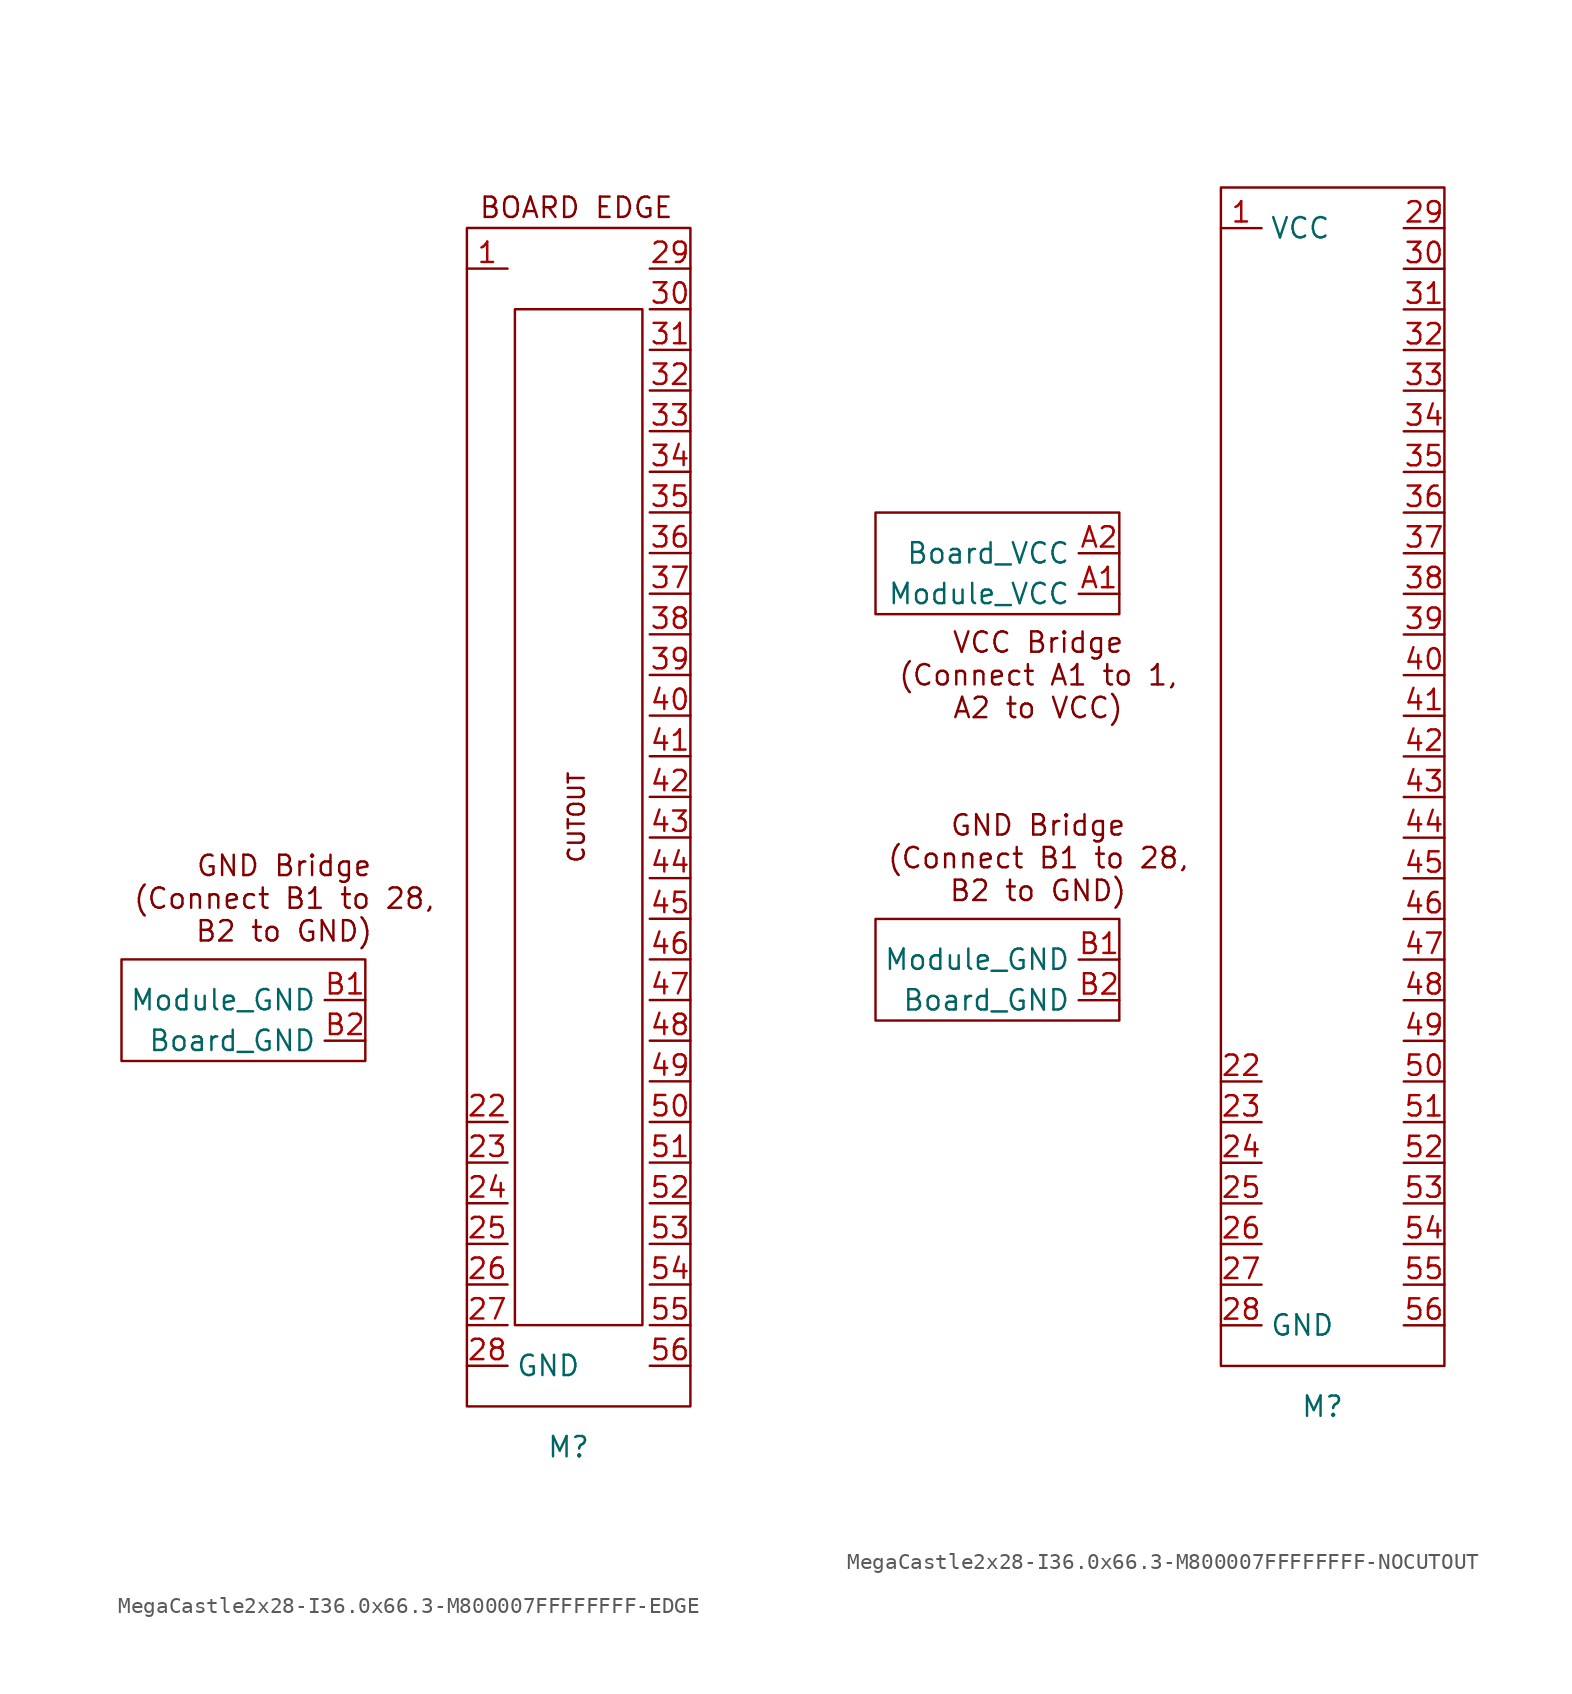
<source format=kicad_sym>
(kicad_symbol_lib
  (version 20241209)
  (generator "kicad_symbol_editor")
  (generator_version "9.0")
  (symbol "MegaCastle2x28-I36.0x66.3-M800007FFFFFFFF-EDGE"
    (property "Reference" "M"
      (at 0 -39.37 0)
      (effects (font (size 1.27 1.27))))
    (property "Value" ""
      (at 0 5.08 0)
      (effects (font (size 1.27 1.27))))
    (symbol "MegaCastle2x28-I36.0x66.3-M800007FFFFFFFF-EDGE_0_1"
      (rectangle (start -27.94 -8.89) (end -12.7 -15.24) (stroke (width 0) (type default)) (fill (type none)))
      (rectangle (start -6.35 36.83) (end 7.62 -36.83) (stroke (width 0) (type default)) (fill (type none)))
      (rectangle (start -3.35 31.75) (end 4.62 -31.75) (stroke (width 0) (type default)) (fill (type none))))
    (symbol "MegaCastle2x28-I36.0x66.3-M800007FFFFFFFF-EDGE_1_1"
      (text "GND Bridge\n(Connect B1 to 28,\nB2 to GND)" (at -17.78 -5.08 0) (effects (font (size 1.27 1.27))))
      (text " BOARD EDGE" (at 0 38.1 0) (effects (font (size 1.27 1.27))))
      (text "CUTOUT" (at 0.5 0 900) (effects (font (size 1 1))))
      (pin bidirectional line (at -12.7 -11.43 180) (length 2.54) (name "Module_GND" (effects (font (size 1.27 1.27)))) (number "B1" (effects (font (size 1.27 1.27)))))
      (pin bidirectional line (at -12.7 -13.97 180) (length 2.54) (name "Board_GND" (effects (font (size 1.27 1.27)))) (number "B2" (effects (font (size 1.27 1.27)))))
      (pin bidirectional line (at -6.35 34.29 0) (length 2.54) (name "" (effects (font (size 1.27 1.27)))) (number "1" (effects (font (size 1.27 1.27)))))
      (pin bidirectional line (at -6.35 -19.05 0) (length 2.54) (name "" (effects (font (size 1.27 1.27)))) (number "22" (effects (font (size 1.27 1.27)))))
      (pin bidirectional line (at -6.35 -21.59 0) (length 2.54) (name "" (effects (font (size 1.27 1.27)))) (number "23" (effects (font (size 1.27 1.27)))))
      (pin bidirectional line (at -6.35 -24.13 0) (length 2.54) (name "" (effects (font (size 1.27 1.27)))) (number "24" (effects (font (size 1.27 1.27)))))
      (pin bidirectional line (at -6.35 -26.67 0) (length 2.54) (name "" (effects (font (size 1.27 1.27)))) (number "25" (effects (font (size 1.27 1.27)))))
      (pin bidirectional line (at -6.35 -29.21 0) (length 2.54) (name "" (effects (font (size 1.27 1.27)))) (number "26" (effects (font (size 1.27 1.27)))))
      (pin bidirectional line (at -6.35 -31.75 0) (length 2.54) (name "" (effects (font (size 1.27 1.27)))) (number "27" (effects (font (size 1.27 1.27)))))
      (pin bidirectional line (at -6.35 -34.29 0) (length 2.54) (name "GND" (effects (font (size 1.27 1.27)))) (number "28" (effects (font (size 1.27 1.27)))))
      (pin bidirectional line (at 7.62 34.29 180) (length 2.54) (name "" (effects (font (size 1.27 1.27)))) (number "29" (effects (font (size 1.27 1.27)))))
      (pin bidirectional line (at 7.62 31.75 180) (length 2.54) (name "" (effects (font (size 1.27 1.27)))) (number "30" (effects (font (size 1.27 1.27)))))
      (pin bidirectional line (at 7.62 29.21 180) (length 2.54) (name "" (effects (font (size 1.27 1.27)))) (number "31" (effects (font (size 1.27 1.27)))))
      (pin bidirectional line (at 7.62 26.67 180) (length 2.54) (name "" (effects (font (size 1.27 1.27)))) (number "32" (effects (font (size 1.27 1.27)))))
      (pin bidirectional line (at 7.62 24.13 180) (length 2.54) (name "" (effects (font (size 1.27 1.27)))) (number "33" (effects (font (size 1.27 1.27)))))
      (pin bidirectional line (at 7.62 21.59 180) (length 2.54) (name "" (effects (font (size 1.27 1.27)))) (number "34" (effects (font (size 1.27 1.27)))))
      (pin bidirectional line (at 7.62 19.05 180) (length 2.54) (name "" (effects (font (size 1.27 1.27)))) (number "35" (effects (font (size 1.27 1.27)))))
      (pin bidirectional line (at 7.62 16.51 180) (length 2.54) (name "" (effects (font (size 1.27 1.27)))) (number "36" (effects (font (size 1.27 1.27)))))
      (pin bidirectional line (at 7.62 13.97 180) (length 2.54) (name "" (effects (font (size 1.27 1.27)))) (number "37" (effects (font (size 1.27 1.27)))))
      (pin bidirectional line (at 7.62 11.43 180) (length 2.54) (name "" (effects (font (size 1.27 1.27)))) (number "38" (effects (font (size 1.27 1.27)))))
      (pin bidirectional line (at 7.62 8.89 180) (length 2.54) (name "" (effects (font (size 1.27 1.27)))) (number "39" (effects (font (size 1.27 1.27)))))
      (pin bidirectional line (at 7.62 6.35 180) (length 2.54) (name "" (effects (font (size 1.27 1.27)))) (number "40" (effects (font (size 1.27 1.27)))))
      (pin bidirectional line (at 7.62 3.81 180) (length 2.54) (name "" (effects (font (size 1.27 1.27)))) (number "41" (effects (font (size 1.27 1.27)))))
      (pin bidirectional line (at 7.62 1.27 180) (length 2.54) (name "" (effects (font (size 1.27 1.27)))) (number "42" (effects (font (size 1.27 1.27)))))
      (pin bidirectional line (at 7.62 -1.27 180) (length 2.54) (name "" (effects (font (size 1.27 1.27)))) (number "43" (effects (font (size 1.27 1.27)))))
      (pin bidirectional line (at 7.62 -3.81 180) (length 2.54) (name "" (effects (font (size 1.27 1.27)))) (number "44" (effects (font (size 1.27 1.27)))))
      (pin bidirectional line (at 7.62 -6.35 180) (length 2.54) (name "" (effects (font (size 1.27 1.27)))) (number "45" (effects (font (size 1.27 1.27)))))
      (pin bidirectional line (at 7.62 -8.89 180) (length 2.54) (name "" (effects (font (size 1.27 1.27)))) (number "46" (effects (font (size 1.27 1.27)))))
      (pin bidirectional line (at 7.62 -11.43 180) (length 2.54) (name "" (effects (font (size 1.27 1.27)))) (number "47" (effects (font (size 1.27 1.27)))))
      (pin bidirectional line (at 7.62 -13.97 180) (length 2.54) (name "" (effects (font (size 1.27 1.27)))) (number "48" (effects (font (size 1.27 1.27)))))
      (pin bidirectional line (at 7.62 -16.51 180) (length 2.54) (name "" (effects (font (size 1.27 1.27)))) (number "49" (effects (font (size 1.27 1.27)))))
      (pin bidirectional line (at 7.62 -19.05 180) (length 2.54) (name "" (effects (font (size 1.27 1.27)))) (number "50" (effects (font (size 1.27 1.27)))))
      (pin bidirectional line (at 7.62 -21.59 180) (length 2.54) (name "" (effects (font (size 1.27 1.27)))) (number "51" (effects (font (size 1.27 1.27)))))
      (pin bidirectional line (at 7.62 -24.13 180) (length 2.54) (name "" (effects (font (size 1.27 1.27)))) (number "52" (effects (font (size 1.27 1.27)))))
      (pin bidirectional line (at 7.62 -26.67 180) (length 2.54) (name "" (effects (font (size 1.27 1.27)))) (number "53" (effects (font (size 1.27 1.27)))))
      (pin bidirectional line (at 7.62 -29.21 180) (length 2.54) (name "" (effects (font (size 1.27 1.27)))) (number "54" (effects (font (size 1.27 1.27)))))
      (pin bidirectional line (at 7.62 -31.75 180) (length 2.54) (name "" (effects (font (size 1.27 1.27)))) (number "55" (effects (font (size 1.27 1.27)))))
      (pin bidirectional line (at 7.62 -34.29 180) (length 2.54) (name "" (effects (font (size 1.27 1.27)))) (number "56" (effects (font (size 1.27 1.27)))))))
  (symbol "MegaCastle2x28-I36.0x66.3-M800007FFFFFFFF-NOCUTOUT"
    (property "Reference" "M"
      (at 0 -39.37 0)
      (effects (font (size 1.27 1.27))))
    (property "Value" ""
      (at 0 5.08 0)
      (effects (font (size 1.27 1.27))))
    (symbol "MegaCastle2x28-I36.0x66.3-M800007FFFFFFFF-NOCUTOUT_0_1"
      (rectangle (start -27.94 16.51) (end -12.7 10.16) (stroke (width 0) (type default)) (fill (type none)))
      (rectangle (start -27.94 -8.89) (end -12.7 -15.24) (stroke (width 0) (type default)) (fill (type none)))
      (rectangle (start -6.35 36.83) (end 7.62 -36.83) (stroke (width 0) (type default)) (fill (type none))))
    (symbol "MegaCastle2x28-I36.0x66.3-M800007FFFFFFFF-NOCUTOUT_1_1"
      (text "VCC Bridge\n(Connect A1 to 1,\nA2 to VCC)" (at -17.78 6.35 0) (effects (font (size 1.27 1.27))))
      (text "GND Bridge\n(Connect B1 to 28,\nB2 to GND)" (at -17.78 -5.08 0) (effects (font (size 1.27 1.27))))
      (pin bidirectional line (at -12.7 13.97 180) (length 2.54) (name "Board_VCC" (effects (font (size 1.27 1.27)))) (number "A2" (effects (font (size 1.27 1.27)))))
      (pin bidirectional line (at -12.7 11.43 180) (length 2.54) (name "Module_VCC" (effects (font (size 1.27 1.27)))) (number "A1" (effects (font (size 1.27 1.27)))))
      (pin bidirectional line (at -12.7 -11.43 180) (length 2.54) (name "Module_GND" (effects (font (size 1.27 1.27)))) (number "B1" (effects (font (size 1.27 1.27)))))
      (pin bidirectional line (at -12.7 -13.97 180) (length 2.54) (name "Board_GND" (effects (font (size 1.27 1.27)))) (number "B2" (effects (font (size 1.27 1.27)))))
      (pin bidirectional line (at -6.35 34.29 0) (length 2.54) (name "VCC" (effects (font (size 1.27 1.27)))) (number "1" (effects (font (size 1.27 1.27)))))
      (pin bidirectional line (at -6.35 -19.05 0) (length 2.54) (name "" (effects (font (size 1.27 1.27)))) (number "22" (effects (font (size 1.27 1.27)))))
      (pin bidirectional line (at -6.35 -21.59 0) (length 2.54) (name "" (effects (font (size 1.27 1.27)))) (number "23" (effects (font (size 1.27 1.27)))))
      (pin bidirectional line (at -6.35 -24.13 0) (length 2.54) (name "" (effects (font (size 1.27 1.27)))) (number "24" (effects (font (size 1.27 1.27)))))
      (pin bidirectional line (at -6.35 -26.67 0) (length 2.54) (name "" (effects (font (size 1.27 1.27)))) (number "25" (effects (font (size 1.27 1.27)))))
      (pin bidirectional line (at -6.35 -29.21 0) (length 2.54) (name "" (effects (font (size 1.27 1.27)))) (number "26" (effects (font (size 1.27 1.27)))))
      (pin bidirectional line (at -6.35 -31.75 0) (length 2.54) (name "" (effects (font (size 1.27 1.27)))) (number "27" (effects (font (size 1.27 1.27)))))
      (pin bidirectional line (at -6.35 -34.29 0) (length 2.54) (name "GND" (effects (font (size 1.27 1.27)))) (number "28" (effects (font (size 1.27 1.27)))))
      (pin bidirectional line (at 7.62 34.29 180) (length 2.54) (name "" (effects (font (size 1.27 1.27)))) (number "29" (effects (font (size 1.27 1.27)))))
      (pin bidirectional line (at 7.62 31.75 180) (length 2.54) (name "" (effects (font (size 1.27 1.27)))) (number "30" (effects (font (size 1.27 1.27)))))
      (pin bidirectional line (at 7.62 29.21 180) (length 2.54) (name "" (effects (font (size 1.27 1.27)))) (number "31" (effects (font (size 1.27 1.27)))))
      (pin bidirectional line (at 7.62 26.67 180) (length 2.54) (name "" (effects (font (size 1.27 1.27)))) (number "32" (effects (font (size 1.27 1.27)))))
      (pin bidirectional line (at 7.62 24.13 180) (length 2.54) (name "" (effects (font (size 1.27 1.27)))) (number "33" (effects (font (size 1.27 1.27)))))
      (pin bidirectional line (at 7.62 21.59 180) (length 2.54) (name "" (effects (font (size 1.27 1.27)))) (number "34" (effects (font (size 1.27 1.27)))))
      (pin bidirectional line (at 7.62 19.05 180) (length 2.54) (name "" (effects (font (size 1.27 1.27)))) (number "35" (effects (font (size 1.27 1.27)))))
      (pin bidirectional line (at 7.62 16.51 180) (length 2.54) (name "" (effects (font (size 1.27 1.27)))) (number "36" (effects (font (size 1.27 1.27)))))
      (pin bidirectional line (at 7.62 13.97 180) (length 2.54) (name "" (effects (font (size 1.27 1.27)))) (number "37" (effects (font (size 1.27 1.27)))))
      (pin bidirectional line (at 7.62 11.43 180) (length 2.54) (name "" (effects (font (size 1.27 1.27)))) (number "38" (effects (font (size 1.27 1.27)))))
      (pin bidirectional line (at 7.62 8.89 180) (length 2.54) (name "" (effects (font (size 1.27 1.27)))) (number "39" (effects (font (size 1.27 1.27)))))
      (pin bidirectional line (at 7.62 6.35 180) (length 2.54) (name "" (effects (font (size 1.27 1.27)))) (number "40" (effects (font (size 1.27 1.27)))))
      (pin bidirectional line (at 7.62 3.81 180) (length 2.54) (name "" (effects (font (size 1.27 1.27)))) (number "41" (effects (font (size 1.27 1.27)))))
      (pin bidirectional line (at 7.62 1.27 180) (length 2.54) (name "" (effects (font (size 1.27 1.27)))) (number "42" (effects (font (size 1.27 1.27)))))
      (pin bidirectional line (at 7.62 -1.27 180) (length 2.54) (name "" (effects (font (size 1.27 1.27)))) (number "43" (effects (font (size 1.27 1.27)))))
      (pin bidirectional line (at 7.62 -3.81 180) (length 2.54) (name "" (effects (font (size 1.27 1.27)))) (number "44" (effects (font (size 1.27 1.27)))))
      (pin bidirectional line (at 7.62 -6.35 180) (length 2.54) (name "" (effects (font (size 1.27 1.27)))) (number "45" (effects (font (size 1.27 1.27)))))
      (pin bidirectional line (at 7.62 -8.89 180) (length 2.54) (name "" (effects (font (size 1.27 1.27)))) (number "46" (effects (font (size 1.27 1.27)))))
      (pin bidirectional line (at 7.62 -11.43 180) (length 2.54) (name "" (effects (font (size 1.27 1.27)))) (number "47" (effects (font (size 1.27 1.27)))))
      (pin bidirectional line (at 7.62 -13.97 180) (length 2.54) (name "" (effects (font (size 1.27 1.27)))) (number "48" (effects (font (size 1.27 1.27)))))
      (pin bidirectional line (at 7.62 -16.51 180) (length 2.54) (name "" (effects (font (size 1.27 1.27)))) (number "49" (effects (font (size 1.27 1.27)))))
      (pin bidirectional line (at 7.62 -19.05 180) (length 2.54) (name "" (effects (font (size 1.27 1.27)))) (number "50" (effects (font (size 1.27 1.27)))))
      (pin bidirectional line (at 7.62 -21.59 180) (length 2.54) (name "" (effects (font (size 1.27 1.27)))) (number "51" (effects (font (size 1.27 1.27)))))
      (pin bidirectional line (at 7.62 -24.13 180) (length 2.54) (name "" (effects (font (size 1.27 1.27)))) (number "52" (effects (font (size 1.27 1.27)))))
      (pin bidirectional line (at 7.62 -26.67 180) (length 2.54) (name "" (effects (font (size 1.27 1.27)))) (number "53" (effects (font (size 1.27 1.27)))))
      (pin bidirectional line (at 7.62 -29.21 180) (length 2.54) (name "" (effects (font (size 1.27 1.27)))) (number "54" (effects (font (size 1.27 1.27)))))
      (pin bidirectional line (at 7.62 -31.75 180) (length 2.54) (name "" (effects (font (size 1.27 1.27)))) (number "55" (effects (font (size 1.27 1.27)))))
      (pin bidirectional line (at 7.62 -34.29 180) (length 2.54) (name "" (effects (font (size 1.27 1.27)))) (number "56" (effects (font (size 1.27 1.27))))))))
</source>
